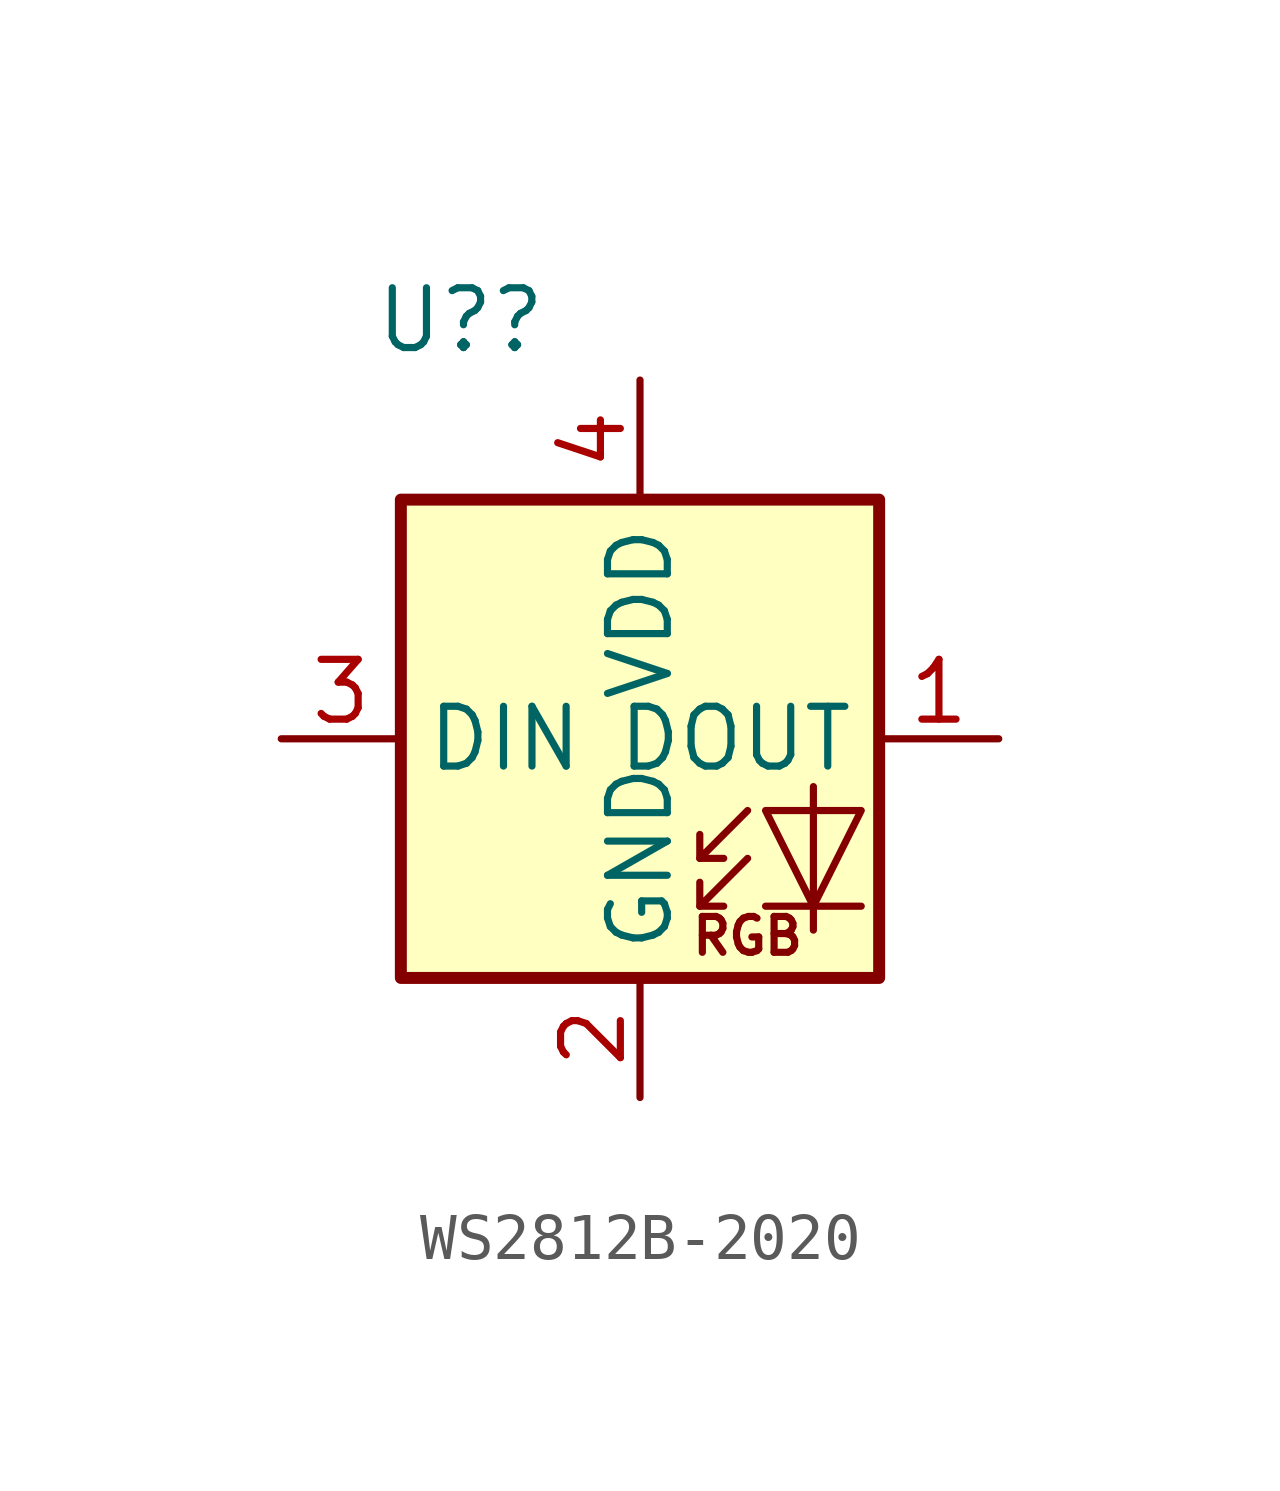
<source format=kicad_sym>
(kicad_symbol_lib
  (version 20220914)
  (generator kicad_symbol_editor)
  (symbol "WS2812B-2020"
    (property "Reference" "U?"
      (at 0 0 0)
      (effects (font (size 1.27 1.27))))
    (property "Value" ""
      (at 0 0 0)
      (effects (font (size 1.27 1.27))))
    (symbol "WS2812B-2020_0_0"
      (text "RGB" (at 6.096 -13.081 0) (effects (font (size 0.762 0.762)))))
    (symbol "WS2812B-2020_0_1"
      (rectangle (start -1.27 -3.81) (end 8.89 -13.97) (stroke (width 0.254) (type default)) (fill (type background)))
      (polyline (pts (xy 5.08 -12.446) (xy 5.588 -12.446)) (stroke (width 0) (type default)) (fill (type none)))
      (polyline (pts (xy 5.08 -11.43) (xy 5.588 -11.43)) (stroke (width 0) (type default)) (fill (type none)))
      (polyline (pts (xy 8.509 -12.446) (xy 6.477 -12.446)) (stroke (width 0) (type default)) (fill (type none)))
      (polyline (pts (xy 6.096 -11.43) (xy 5.08 -12.446) (xy 5.08 -11.938)) (stroke (width 0) (type default)) (fill (type none)))
      (polyline (pts (xy 6.096 -10.414) (xy 5.08 -11.43) (xy 5.08 -10.922)) (stroke (width 0) (type default)) (fill (type none)))
      (polyline (pts (xy 7.493 -9.906) (xy 7.493 -12.446) (xy 7.493 -12.954)) (stroke (width 0) (type default)) (fill (type none)))
      (polyline (pts (xy 8.509 -10.414) (xy 6.477 -10.414) (xy 7.493 -12.446) (xy 8.509 -10.414)) (stroke (width 0) (type default)) (fill (type none))))
    (symbol "WS2812B-2020_1_1"
      (pin output line (at 11.43 -8.89 180) (length 2.54) (name "DOUT" (effects (font (size 1.27 1.27)))) (number "1" (effects (font (size 1.27 1.27)))))
      (pin power_out line (at 3.81 -16.51 90) (length 2.54) (name "GND" (effects (font (size 1.27 1.27)))) (number "2" (effects (font (size 1.27 1.27)))))
      (pin input line (at -3.81 -8.89 0) (length 2.54) (name "DIN" (effects (font (size 1.27 1.27)))) (number "3" (effects (font (size 1.27 1.27)))))
      (pin power_in line (at 3.81 -1.27 270) (length 2.54) (name "VDD" (effects (font (size 1.27 1.27)))) (number "4" (effects (font (size 1.27 1.27))))))))
</source>
